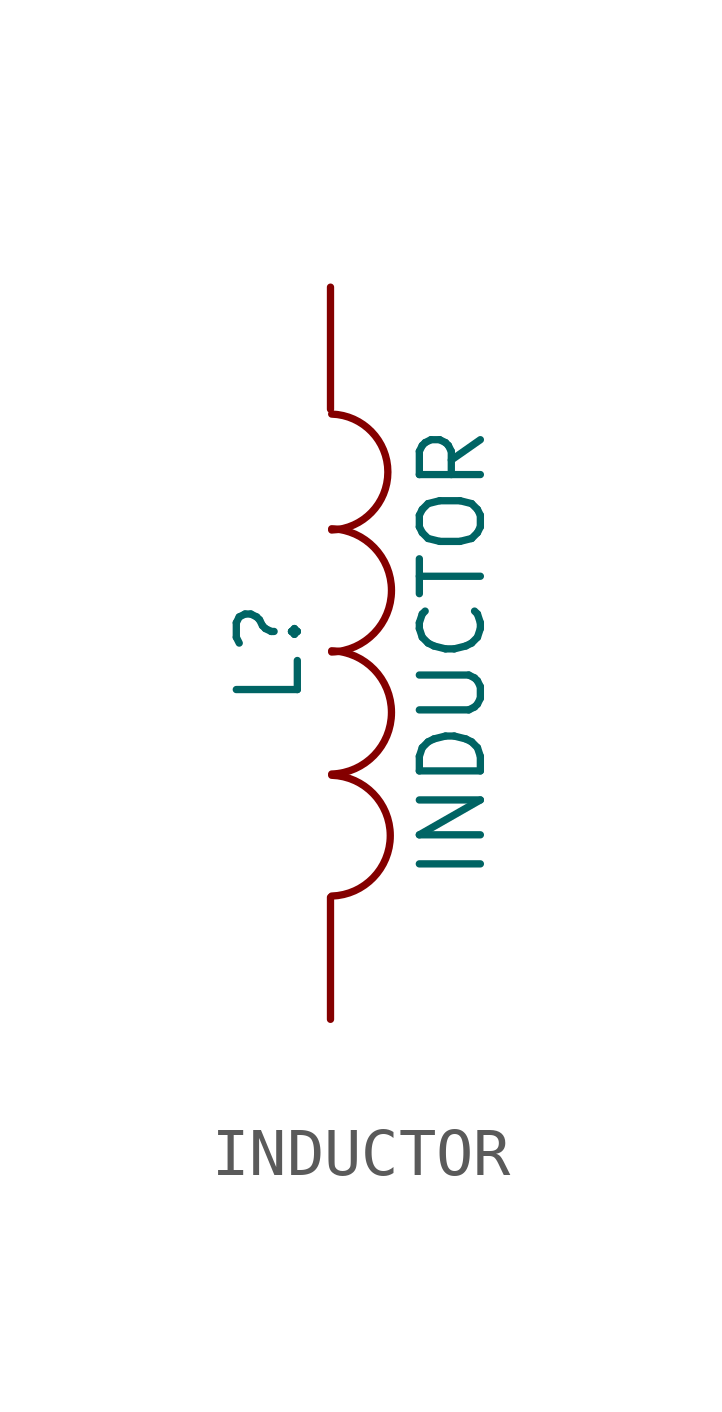
<source format=kicad_sym>
(kicad_symbol_lib
  (version 20241209)
  (generator "kicad_symbol_editor")
  (generator_version "9.0")
  (symbol "INDUCTOR"
    (pin_numbers
      (hide yes))
    (pin_names
      (offset 1.016)
      (hide yes))
    (property "Reference" "L"
      (at -1.27 0 90)
      (effects (font (size 1.27 1.27))))
    (property "Value" "INDUCTOR"
      (at 2.54 0 90)
      (effects (font (size 1.27 1.27))))
    (property "Footprint" ""
      (at 0 0 0)
      (effects (font (size 1.524 1.524))))
    (property "Datasheet" ""
      (at 0 0 0)
      (effects (font (size 1.524 1.524))))
    (symbol "INDUCTOR_0_1"
      (arc (start 0.0254 4.9784) (mid 1.1942 3.7719) (end 0.0254 2.5654) (stroke (width 0) (type default)) (fill (type none)))
      (arc (start 0.0254 2.5908) (mid 1.2704 1.3081) (end 0.0254 0.0254) (stroke (width 0) (type default)) (fill (type none)))
      (arc (start 0.0254 0.0508) (mid 1.2704 -1.2319) (end 0.0254 -2.5146) (stroke (width 0) (type default)) (fill (type none)))
      (arc (start 0.0254 -2.54) (mid 1.245 -3.7973) (end 0.0254 -5.0546) (stroke (width 0) (type default)) (fill (type none))))
    (symbol "INDUCTOR_1_1"
      (pin passive line (at 0 7.62 270) (length 2.54) (name "1" (effects (font (size 1.778 1.778)))) (number "1" (effects (font (size 1.778 1.778)))))
      (pin passive line (at 0 -7.62 90) (length 2.54) (name "2" (effects (font (size 1.778 1.778)))) (number "2" (effects (font (size 1.778 1.778))))))))
</source>
